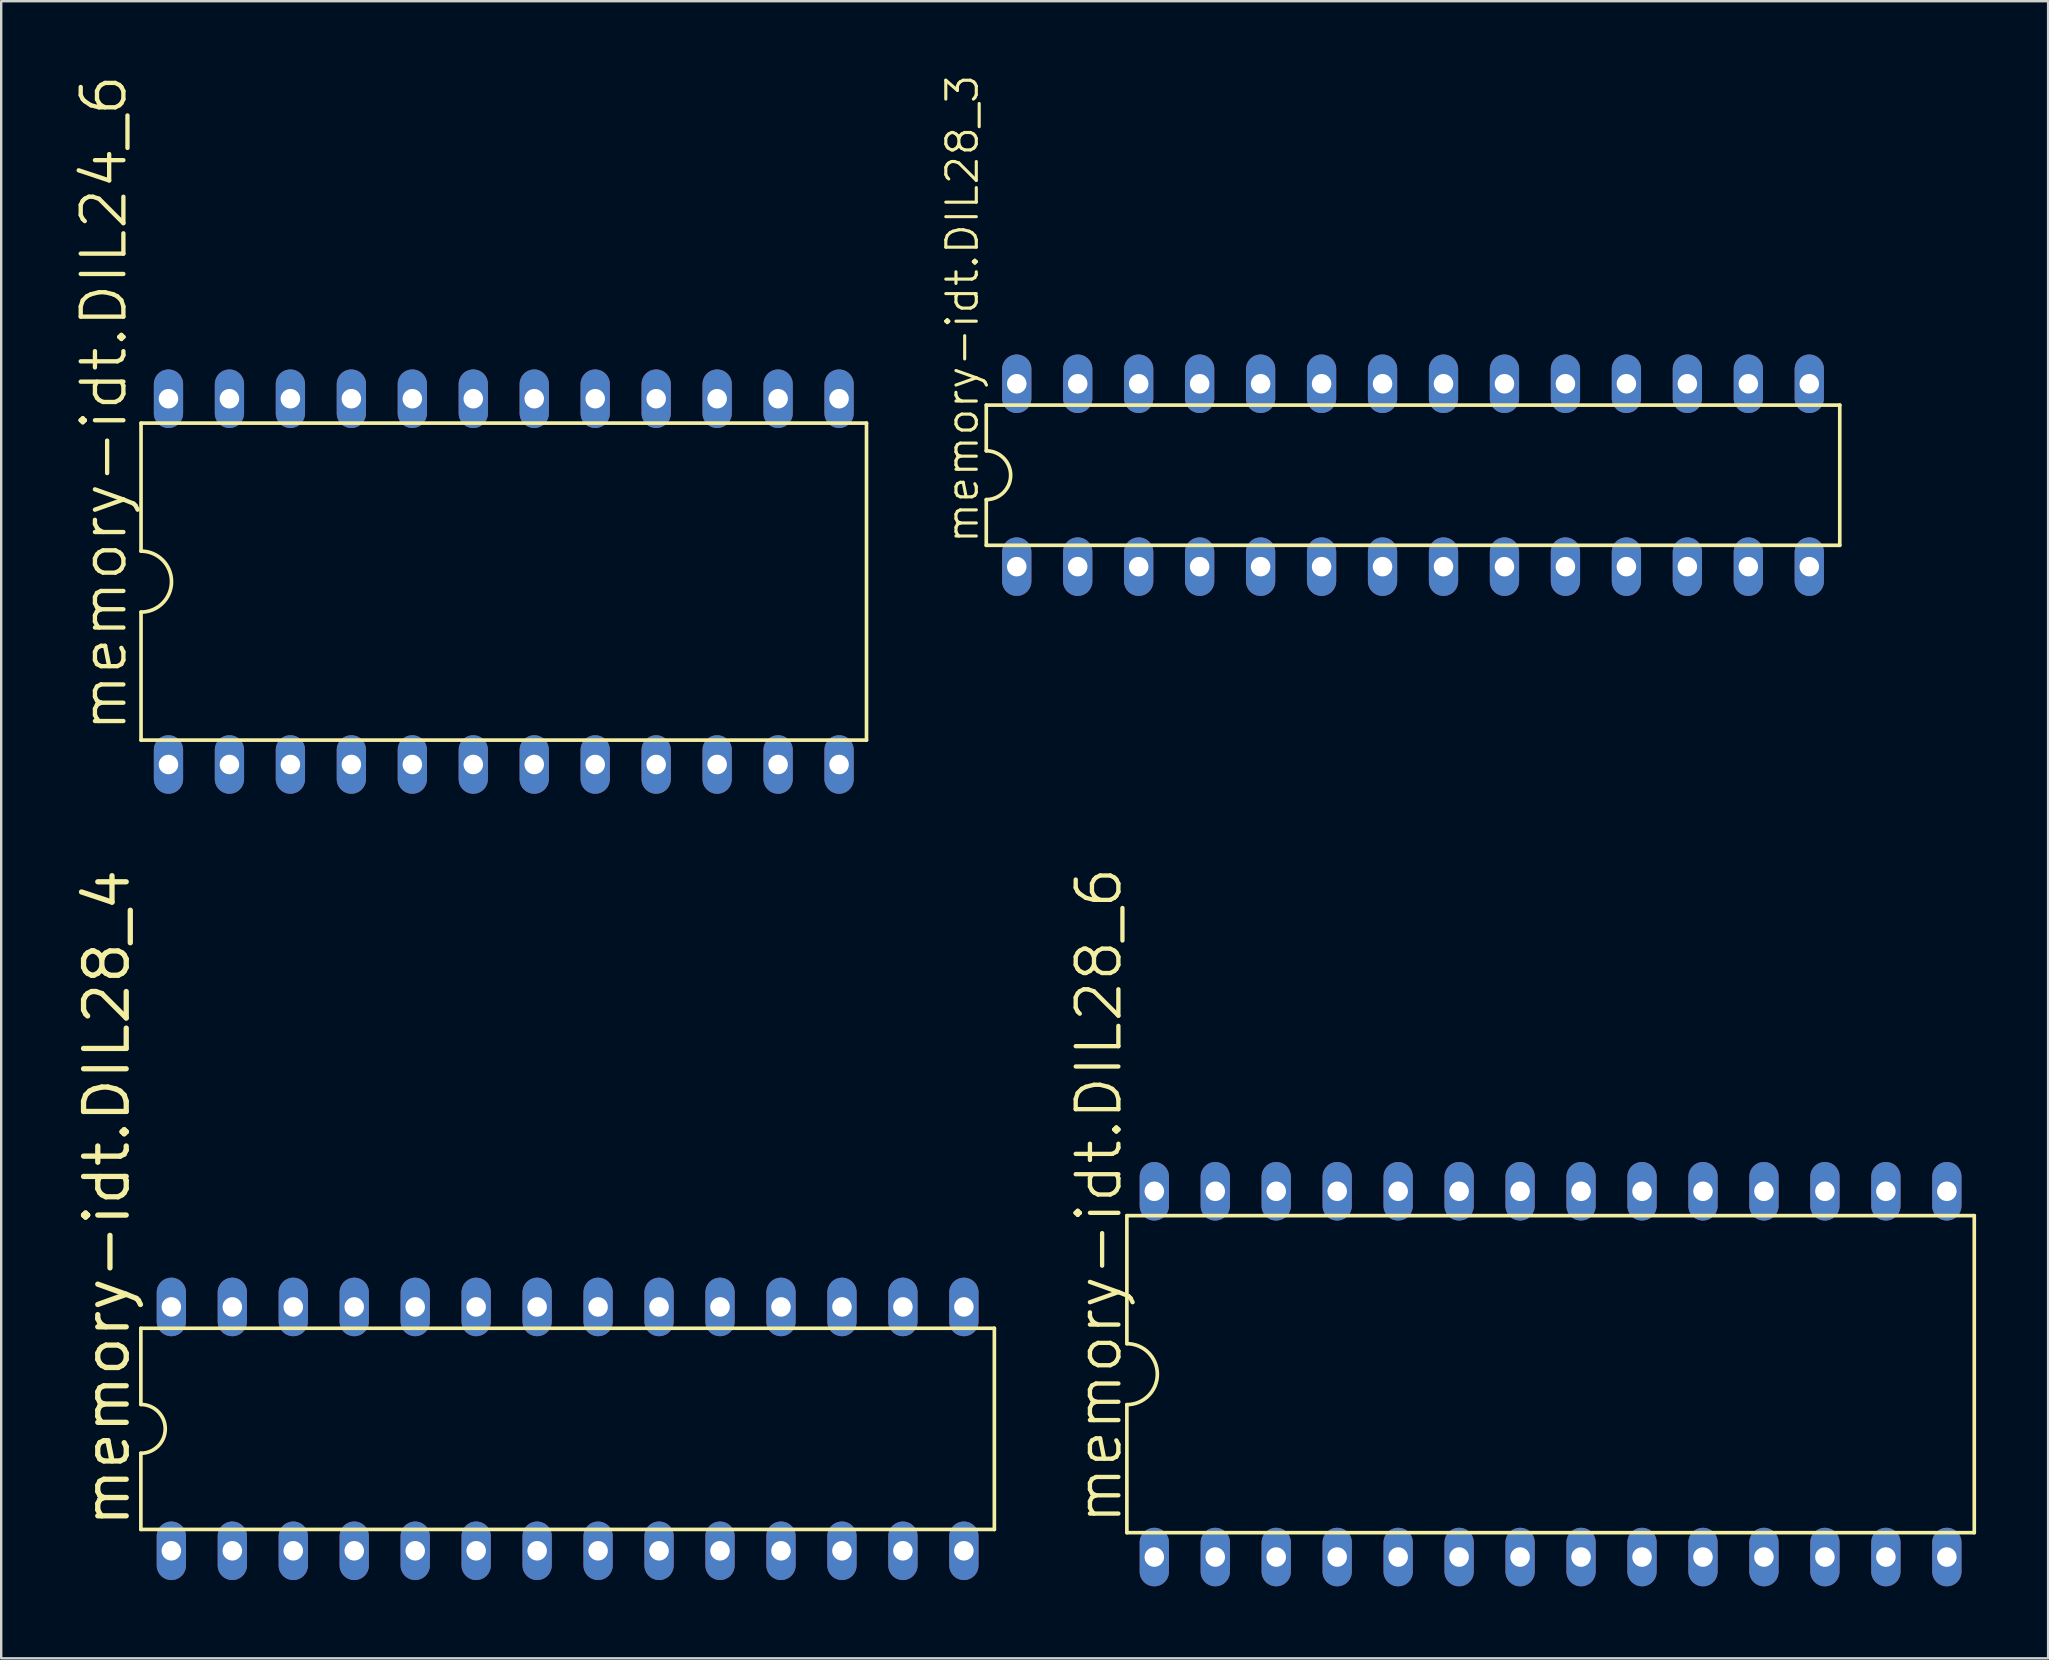
<source format=kicad_pcb>
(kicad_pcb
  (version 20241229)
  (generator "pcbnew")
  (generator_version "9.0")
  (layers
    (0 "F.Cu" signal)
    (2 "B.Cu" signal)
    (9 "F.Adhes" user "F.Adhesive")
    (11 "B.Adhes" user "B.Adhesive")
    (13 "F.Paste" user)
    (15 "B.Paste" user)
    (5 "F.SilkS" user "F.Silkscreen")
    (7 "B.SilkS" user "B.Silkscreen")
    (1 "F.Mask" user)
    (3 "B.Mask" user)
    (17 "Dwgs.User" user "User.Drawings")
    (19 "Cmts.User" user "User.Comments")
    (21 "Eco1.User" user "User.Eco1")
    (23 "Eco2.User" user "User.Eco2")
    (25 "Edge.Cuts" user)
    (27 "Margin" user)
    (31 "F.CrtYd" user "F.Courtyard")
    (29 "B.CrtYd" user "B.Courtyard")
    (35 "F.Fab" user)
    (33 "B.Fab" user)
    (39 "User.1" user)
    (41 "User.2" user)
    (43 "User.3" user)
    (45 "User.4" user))
  (footprint "memory-idt.DIL28_6"
    (layer "F.Cu")
    (at 61.553 54.203)
    (property "Reference" "memory-idt.DIL28_6" (at -17.78 6.35 90) (layer "F.SilkS") (effects (font (size 1.778 1.778) (thickness 0.18)) (justify left bottom)))
    (attr through_hole)
    (fp_line (start -17.653 -6.604) (end -17.653 -1.27) (stroke (width 0.152) (type default)) (layer "F.SilkS"))
    (fp_line (start -17.653 -6.604) (end 17.653 -6.604) (stroke (width 0.152) (type default)) (layer "F.SilkS"))
    (fp_line (start -17.653 1.27) (end -17.653 6.604) (stroke (width 0.152) (type default)) (layer "F.SilkS"))
    (fp_line (start -17.653 6.604) (end 17.653 6.604) (stroke (width 0.152) (type default)) (layer "F.SilkS"))
    (fp_line (start 17.653 6.604) (end 17.653 -6.604) (stroke (width 0.152) (type default)) (layer "F.SilkS"))
    (fp_arc (start -17.653 -1.27) (mid -16.383 0) (end -17.653 1.27) (stroke (width 0.1524) (type default)) (layer "F.SilkS"))
    (pad "1" thru_hole oval (at -16.51 7.62 90) (size 2.438 1.219) (drill 0.813) (layers "*.Cu" "*.Mask"))
    (pad "2" thru_hole oval (at -13.97 7.62 90) (size 2.438 1.219) (drill 0.813) (layers "*.Cu" "*.Mask"))
    (pad "3" thru_hole oval (at -11.43 7.62 90) (size 2.438 1.219) (drill 0.813) (layers "*.Cu" "*.Mask"))
    (pad "4" thru_hole oval (at -8.89 7.62 90) (size 2.438 1.219) (drill 0.813) (layers "*.Cu" "*.Mask"))
    (pad "5" thru_hole oval (at -6.35 7.62 90) (size 2.438 1.219) (drill 0.813) (layers "*.Cu" "*.Mask"))
    (pad "6" thru_hole oval (at -3.81 7.62 90) (size 2.438 1.219) (drill 0.813) (layers "*.Cu" "*.Mask"))
    (pad "7" thru_hole oval (at -1.27 7.62 90) (size 2.438 1.219) (drill 0.813) (layers "*.Cu" "*.Mask"))
    (pad "8" thru_hole oval (at 1.27 7.62 90) (size 2.438 1.219) (drill 0.813) (layers "*.Cu" "*.Mask"))
    (pad "9" thru_hole oval (at 3.81 7.62 90) (size 2.438 1.219) (drill 0.813) (layers "*.Cu" "*.Mask"))
    (pad "10" thru_hole oval (at 6.35 7.62 90) (size 2.438 1.219) (drill 0.813) (layers "*.Cu" "*.Mask"))
    (pad "11" thru_hole oval (at 8.89 7.62 90) (size 2.438 1.219) (drill 0.813) (layers "*.Cu" "*.Mask"))
    (pad "12" thru_hole oval (at 11.43 7.62 90) (size 2.438 1.219) (drill 0.813) (layers "*.Cu" "*.Mask"))
    (pad "13" thru_hole oval (at 13.97 7.62 90) (size 2.438 1.219) (drill 0.813) (layers "*.Cu" "*.Mask"))
    (pad "14" thru_hole oval (at 16.51 7.62 90) (size 2.438 1.219) (drill 0.813) (layers "*.Cu" "*.Mask"))
    (pad "15" thru_hole oval (at 16.51 -7.62 90) (size 2.438 1.219) (drill 0.813) (layers "*.Cu" "*.Mask"))
    (pad "16" thru_hole oval (at 13.97 -7.62 90) (size 2.438 1.219) (drill 0.813) (layers "*.Cu" "*.Mask"))
    (pad "17" thru_hole oval (at 11.43 -7.62 90) (size 2.438 1.219) (drill 0.813) (layers "*.Cu" "*.Mask"))
    (pad "18" thru_hole oval (at 8.89 -7.62 90) (size 2.438 1.219) (drill 0.813) (layers "*.Cu" "*.Mask"))
    (pad "19" thru_hole oval (at 6.35 -7.62 90) (size 2.438 1.219) (drill 0.813) (layers "*.Cu" "*.Mask"))
    (pad "20" thru_hole oval (at 3.81 -7.62 90) (size 2.438 1.219) (drill 0.813) (layers "*.Cu" "*.Mask"))
    (pad "21" thru_hole oval (at 1.27 -7.62 90) (size 2.438 1.219) (drill 0.813) (layers "*.Cu" "*.Mask"))
    (pad "22" thru_hole oval (at -1.27 -7.62 90) (size 2.438 1.219) (drill 0.813) (layers "*.Cu" "*.Mask"))
    (pad "23" thru_hole oval (at -3.81 -7.62 90) (size 2.438 1.219) (drill 0.813) (layers "*.Cu" "*.Mask"))
    (pad "24" thru_hole oval (at -6.35 -7.62 90) (size 2.438 1.219) (drill 0.813) (layers "*.Cu" "*.Mask"))
    (pad "25" thru_hole oval (at -8.89 -7.62 90) (size 2.438 1.219) (drill 0.813) (layers "*.Cu" "*.Mask"))
    (pad "26" thru_hole oval (at -11.43 -7.62 90) (size 2.438 1.219) (drill 0.813) (layers "*.Cu" "*.Mask"))
    (pad "27" thru_hole oval (at -13.97 -7.62 90) (size 2.438 1.219) (drill 0.813) (layers "*.Cu" "*.Mask"))
    (pad "28" thru_hole oval (at -16.51 -7.62 90) (size 2.438 1.219) (drill 0.813) (layers "*.Cu" "*.Mask")))
  (footprint "memory-idt.DIL28_3"
    (layer "F.Cu")
    (at 55.822 16.749)
    (property "Reference" "memory-idt.DIL28_3" (at -18.034 2.921 90) (layer "F.SilkS") (effects (font (size 1.27 1.27) (thickness 0.13)) (justify left bottom)))
    (attr through_hole)
    (fp_line (start -17.78 -2.921) (end -17.78 -1.016) (stroke (width 0.152) (type default)) (layer "F.SilkS"))
    (fp_line (start -17.78 2.921) (end -17.78 1.016) (stroke (width 0.152) (type default)) (layer "F.SilkS"))
    (fp_line (start -17.78 2.921) (end 17.78 2.921) (stroke (width 0.152) (type default)) (layer "F.SilkS"))
    (fp_line (start 17.78 -2.921) (end -17.78 -2.921) (stroke (width 0.152) (type default)) (layer "F.SilkS"))
    (fp_line (start 17.78 -2.921) (end 17.78 2.921) (stroke (width 0.152) (type default)) (layer "F.SilkS"))
    (fp_arc (start -17.78 -1.016) (mid -16.764 0) (end -17.78 1.016) (stroke (width 0.1524) (type default)) (layer "F.SilkS"))
    (pad "1" thru_hole oval (at -16.51 3.81 90) (size 2.438 1.219) (drill 0.813) (layers "*.Cu" "*.Mask"))
    (pad "2" thru_hole oval (at -13.97 3.81 90) (size 2.438 1.219) (drill 0.813) (layers "*.Cu" "*.Mask"))
    (pad "3" thru_hole oval (at -11.43 3.81 90) (size 2.438 1.219) (drill 0.813) (layers "*.Cu" "*.Mask"))
    (pad "4" thru_hole oval (at -8.89 3.81 90) (size 2.438 1.219) (drill 0.813) (layers "*.Cu" "*.Mask"))
    (pad "5" thru_hole oval (at -6.35 3.81 90) (size 2.438 1.219) (drill 0.813) (layers "*.Cu" "*.Mask"))
    (pad "6" thru_hole oval (at -3.81 3.81 90) (size 2.438 1.219) (drill 0.813) (layers "*.Cu" "*.Mask"))
    (pad "7" thru_hole oval (at -1.27 3.81 90) (size 2.438 1.219) (drill 0.813) (layers "*.Cu" "*.Mask"))
    (pad "8" thru_hole oval (at 1.27 3.81 90) (size 2.438 1.219) (drill 0.813) (layers "*.Cu" "*.Mask"))
    (pad "9" thru_hole oval (at 3.81 3.81 90) (size 2.438 1.219) (drill 0.813) (layers "*.Cu" "*.Mask"))
    (pad "10" thru_hole oval (at 6.35 3.81 90) (size 2.438 1.219) (drill 0.813) (layers "*.Cu" "*.Mask"))
    (pad "11" thru_hole oval (at 8.89 3.81 90) (size 2.438 1.219) (drill 0.813) (layers "*.Cu" "*.Mask"))
    (pad "12" thru_hole oval (at 11.43 3.81 90) (size 2.438 1.219) (drill 0.813) (layers "*.Cu" "*.Mask"))
    (pad "13" thru_hole oval (at 13.97 3.81 90) (size 2.438 1.219) (drill 0.813) (layers "*.Cu" "*.Mask"))
    (pad "14" thru_hole oval (at 16.51 3.81 90) (size 2.438 1.219) (drill 0.813) (layers "*.Cu" "*.Mask"))
    (pad "15" thru_hole oval (at 16.51 -3.81 90) (size 2.438 1.219) (drill 0.813) (layers "*.Cu" "*.Mask"))
    (pad "16" thru_hole oval (at 13.97 -3.81 90) (size 2.438 1.219) (drill 0.813) (layers "*.Cu" "*.Mask"))
    (pad "17" thru_hole oval (at 11.43 -3.81 90) (size 2.438 1.219) (drill 0.813) (layers "*.Cu" "*.Mask"))
    (pad "18" thru_hole oval (at 8.89 -3.81 90) (size 2.438 1.219) (drill 0.813) (layers "*.Cu" "*.Mask"))
    (pad "19" thru_hole oval (at 6.35 -3.81 90) (size 2.438 1.219) (drill 0.813) (layers "*.Cu" "*.Mask"))
    (pad "20" thru_hole oval (at 3.81 -3.81 90) (size 2.438 1.219) (drill 0.813) (layers "*.Cu" "*.Mask"))
    (pad "21" thru_hole oval (at 1.27 -3.81 90) (size 2.438 1.219) (drill 0.813) (layers "*.Cu" "*.Mask"))
    (pad "22" thru_hole oval (at -1.27 -3.81 90) (size 2.438 1.219) (drill 0.813) (layers "*.Cu" "*.Mask"))
    (pad "23" thru_hole oval (at -3.81 -3.81 90) (size 2.438 1.219) (drill 0.813) (layers "*.Cu" "*.Mask"))
    (pad "24" thru_hole oval (at -6.35 -3.81 90) (size 2.438 1.219) (drill 0.813) (layers "*.Cu" "*.Mask"))
    (pad "25" thru_hole oval (at -8.89 -3.81 90) (size 2.438 1.219) (drill 0.813) (layers "*.Cu" "*.Mask"))
    (pad "26" thru_hole oval (at -11.43 -3.81 90) (size 2.438 1.219) (drill 0.813) (layers "*.Cu" "*.Mask"))
    (pad "27" thru_hole oval (at -13.97 -3.81 90) (size 2.438 1.219) (drill 0.813) (layers "*.Cu" "*.Mask"))
    (pad "28" thru_hole oval (at -16.51 -3.81 90) (size 2.438 1.219) (drill 0.813) (layers "*.Cu" "*.Mask")))
  (footprint "memory-idt.DIL28_4"
    (layer "F.Cu")
    (at 20.599 56.482)
    (property "Reference" "memory-idt.DIL28_4" (at -18.161 4.191 90) (layer "F.SilkS") (effects (font (size 1.778 1.778) (thickness 0.22)) (justify left bottom)))
    (attr through_hole)
    (fp_line (start -17.78 -4.191) (end -17.78 -1.016) (stroke (width 0.152) (type default)) (layer "F.SilkS"))
    (fp_line (start -17.78 4.191) (end -17.78 1.016) (stroke (width 0.152) (type default)) (layer "F.SilkS"))
    (fp_line (start -17.78 4.191) (end 17.78 4.191) (stroke (width 0.152) (type default)) (layer "F.SilkS"))
    (fp_line (start 17.78 -4.191) (end -17.78 -4.191) (stroke (width 0.152) (type default)) (layer "F.SilkS"))
    (fp_line (start 17.78 -4.191) (end 17.78 4.191) (stroke (width 0.152) (type default)) (layer "F.SilkS"))
    (fp_arc (start -17.78 -1.016) (mid -16.764 0) (end -17.78 1.016) (stroke (width 0.1524) (type default)) (layer "F.SilkS"))
    (pad "1" thru_hole oval (at -16.51 5.08 90) (size 2.438 1.219) (drill 0.813) (layers "*.Cu" "*.Mask"))
    (pad "2" thru_hole oval (at -13.97 5.08 90) (size 2.438 1.219) (drill 0.813) (layers "*.Cu" "*.Mask"))
    (pad "3" thru_hole oval (at -11.43 5.08 90) (size 2.438 1.219) (drill 0.813) (layers "*.Cu" "*.Mask"))
    (pad "4" thru_hole oval (at -8.89 5.08 90) (size 2.438 1.219) (drill 0.813) (layers "*.Cu" "*.Mask"))
    (pad "5" thru_hole oval (at -6.35 5.08 90) (size 2.438 1.219) (drill 0.813) (layers "*.Cu" "*.Mask"))
    (pad "6" thru_hole oval (at -3.81 5.08 90) (size 2.438 1.219) (drill 0.813) (layers "*.Cu" "*.Mask"))
    (pad "7" thru_hole oval (at -1.27 5.08 90) (size 2.438 1.219) (drill 0.813) (layers "*.Cu" "*.Mask"))
    (pad "8" thru_hole oval (at 1.27 5.08 90) (size 2.438 1.219) (drill 0.813) (layers "*.Cu" "*.Mask"))
    (pad "9" thru_hole oval (at 3.81 5.08 90) (size 2.438 1.219) (drill 0.813) (layers "*.Cu" "*.Mask"))
    (pad "10" thru_hole oval (at 6.35 5.08 90) (size 2.438 1.219) (drill 0.813) (layers "*.Cu" "*.Mask"))
    (pad "11" thru_hole oval (at 8.89 5.08 90) (size 2.438 1.219) (drill 0.813) (layers "*.Cu" "*.Mask"))
    (pad "12" thru_hole oval (at 11.43 5.08 90) (size 2.438 1.219) (drill 0.813) (layers "*.Cu" "*.Mask"))
    (pad "13" thru_hole oval (at 13.97 5.08 90) (size 2.438 1.219) (drill 0.813) (layers "*.Cu" "*.Mask"))
    (pad "14" thru_hole oval (at 16.51 5.08 90) (size 2.438 1.219) (drill 0.813) (layers "*.Cu" "*.Mask"))
    (pad "15" thru_hole oval (at 16.51 -5.08 90) (size 2.438 1.219) (drill 0.813) (layers "*.Cu" "*.Mask"))
    (pad "16" thru_hole oval (at 13.97 -5.08 90) (size 2.438 1.219) (drill 0.813) (layers "*.Cu" "*.Mask"))
    (pad "17" thru_hole oval (at 11.43 -5.08 90) (size 2.438 1.219) (drill 0.813) (layers "*.Cu" "*.Mask"))
    (pad "18" thru_hole oval (at 8.89 -5.08 90) (size 2.438 1.219) (drill 0.813) (layers "*.Cu" "*.Mask"))
    (pad "19" thru_hole oval (at 6.35 -5.08 90) (size 2.438 1.219) (drill 0.813) (layers "*.Cu" "*.Mask"))
    (pad "20" thru_hole oval (at 3.81 -5.08 90) (size 2.438 1.219) (drill 0.813) (layers "*.Cu" "*.Mask"))
    (pad "21" thru_hole oval (at 1.27 -5.08 90) (size 2.438 1.219) (drill 0.813) (layers "*.Cu" "*.Mask"))
    (pad "22" thru_hole oval (at -1.27 -5.08 90) (size 2.438 1.219) (drill 0.813) (layers "*.Cu" "*.Mask"))
    (pad "23" thru_hole oval (at -3.81 -5.08 90) (size 2.438 1.219) (drill 0.813) (layers "*.Cu" "*.Mask"))
    (pad "24" thru_hole oval (at -6.35 -5.08 90) (size 2.438 1.219) (drill 0.813) (layers "*.Cu" "*.Mask"))
    (pad "25" thru_hole oval (at -8.89 -5.08 90) (size 2.438 1.219) (drill 0.813) (layers "*.Cu" "*.Mask"))
    (pad "26" thru_hole oval (at -11.43 -5.08 90) (size 2.438 1.219) (drill 0.813) (layers "*.Cu" "*.Mask"))
    (pad "27" thru_hole oval (at -13.97 -5.08 90) (size 2.438 1.219) (drill 0.813) (layers "*.Cu" "*.Mask"))
    (pad "28" thru_hole oval (at -16.51 -5.08 90) (size 2.438 1.219) (drill 0.813) (layers "*.Cu" "*.Mask")))
  (footprint "memory-idt.DIL24_6"
    (layer "F.Cu")
    (at 17.939 21.182)
    (property "Reference" "memory-idt.DIL24_6" (at -15.621 6.35 90) (layer "F.SilkS") (effects (font (size 1.778 1.778) (thickness 0.18)) (justify left bottom)))
    (attr through_hole)
    (fp_line (start -15.113 -6.604) (end -15.113 -1.27) (stroke (width 0.152) (type default)) (layer "F.SilkS"))
    (fp_line (start -15.113 -6.604) (end 15.113 -6.604) (stroke (width 0.152) (type default)) (layer "F.SilkS"))
    (fp_line (start -15.113 1.27) (end -15.113 6.604) (stroke (width 0.152) (type default)) (layer "F.SilkS"))
    (fp_line (start -15.113 6.604) (end 15.113 6.604) (stroke (width 0.152) (type default)) (layer "F.SilkS"))
    (fp_line (start 15.113 6.604) (end 15.113 -6.604) (stroke (width 0.152) (type default)) (layer "F.SilkS"))
    (fp_arc (start -15.113 -1.27) (mid -13.843 0) (end -15.113 1.27) (stroke (width 0.1524) (type default)) (layer "F.SilkS"))
    (pad "1" thru_hole oval (at -13.97 7.62 90) (size 2.438 1.219) (drill 0.813) (layers "*.Cu" "*.Mask"))
    (pad "2" thru_hole oval (at -11.43 7.62 90) (size 2.438 1.219) (drill 0.813) (layers "*.Cu" "*.Mask"))
    (pad "3" thru_hole oval (at -8.89 7.62 90) (size 2.438 1.219) (drill 0.813) (layers "*.Cu" "*.Mask"))
    (pad "4" thru_hole oval (at -6.35 7.62 90) (size 2.438 1.219) (drill 0.813) (layers "*.Cu" "*.Mask"))
    (pad "5" thru_hole oval (at -3.81 7.62 90) (size 2.438 1.219) (drill 0.813) (layers "*.Cu" "*.Mask"))
    (pad "6" thru_hole oval (at -1.27 7.62 90) (size 2.438 1.219) (drill 0.813) (layers "*.Cu" "*.Mask"))
    (pad "7" thru_hole oval (at 1.27 7.62 90) (size 2.438 1.219) (drill 0.813) (layers "*.Cu" "*.Mask"))
    (pad "8" thru_hole oval (at 3.81 7.62 90) (size 2.438 1.219) (drill 0.813) (layers "*.Cu" "*.Mask"))
    (pad "9" thru_hole oval (at 6.35 7.62 90) (size 2.438 1.219) (drill 0.813) (layers "*.Cu" "*.Mask"))
    (pad "10" thru_hole oval (at 8.89 7.62 90) (size 2.438 1.219) (drill 0.813) (layers "*.Cu" "*.Mask"))
    (pad "11" thru_hole oval (at 11.43 7.62 90) (size 2.438 1.219) (drill 0.813) (layers "*.Cu" "*.Mask"))
    (pad "12" thru_hole oval (at 13.97 7.62 90) (size 2.438 1.219) (drill 0.813) (layers "*.Cu" "*.Mask"))
    (pad "13" thru_hole oval (at 13.97 -7.62 90) (size 2.438 1.219) (drill 0.813) (layers "*.Cu" "*.Mask"))
    (pad "14" thru_hole oval (at 11.43 -7.62 90) (size 2.438 1.219) (drill 0.813) (layers "*.Cu" "*.Mask"))
    (pad "15" thru_hole oval (at 8.89 -7.62 90) (size 2.438 1.219) (drill 0.813) (layers "*.Cu" "*.Mask"))
    (pad "16" thru_hole oval (at 6.35 -7.62 90) (size 2.438 1.219) (drill 0.813) (layers "*.Cu" "*.Mask"))
    (pad "17" thru_hole oval (at 3.81 -7.62 90) (size 2.438 1.219) (drill 0.813) (layers "*.Cu" "*.Mask"))
    (pad "18" thru_hole oval (at 1.27 -7.62 90) (size 2.438 1.219) (drill 0.813) (layers "*.Cu" "*.Mask"))
    (pad "19" thru_hole oval (at -1.27 -7.62 90) (size 2.438 1.219) (drill 0.813) (layers "*.Cu" "*.Mask"))
    (pad "20" thru_hole oval (at -3.81 -7.62 90) (size 2.438 1.219) (drill 0.813) (layers "*.Cu" "*.Mask"))
    (pad "21" thru_hole oval (at -6.35 -7.62 90) (size 2.438 1.219) (drill 0.813) (layers "*.Cu" "*.Mask"))
    (pad "22" thru_hole oval (at -8.89 -7.62 90) (size 2.438 1.219) (drill 0.813) (layers "*.Cu" "*.Mask"))
    (pad "23" thru_hole oval (at -11.43 -7.62 90) (size 2.438 1.219) (drill 0.813) (layers "*.Cu" "*.Mask"))
    (pad "24" thru_hole oval (at -13.97 -7.62 90) (size 2.438 1.219) (drill 0.813) (layers "*.Cu" "*.Mask")))
  (gr_rect
    (start -3 -3)
    (end 82.282 66.042)
    (stroke (width 0.1) (type default))
    (fill no)
    (layer "Edge.Cuts")))
</source>
